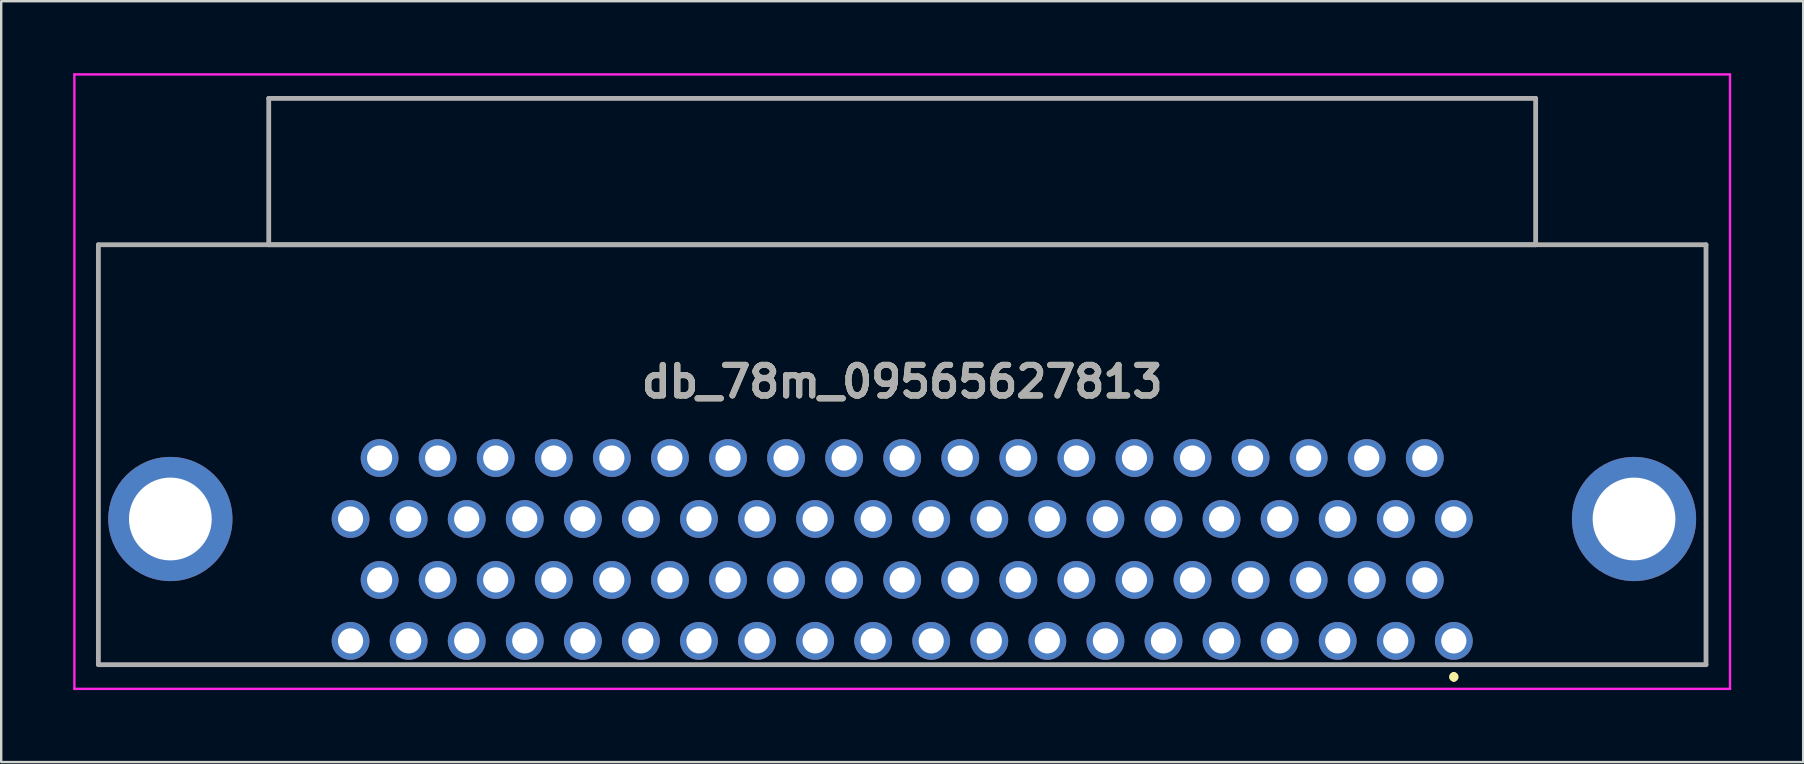
<source format=kicad_pcb>
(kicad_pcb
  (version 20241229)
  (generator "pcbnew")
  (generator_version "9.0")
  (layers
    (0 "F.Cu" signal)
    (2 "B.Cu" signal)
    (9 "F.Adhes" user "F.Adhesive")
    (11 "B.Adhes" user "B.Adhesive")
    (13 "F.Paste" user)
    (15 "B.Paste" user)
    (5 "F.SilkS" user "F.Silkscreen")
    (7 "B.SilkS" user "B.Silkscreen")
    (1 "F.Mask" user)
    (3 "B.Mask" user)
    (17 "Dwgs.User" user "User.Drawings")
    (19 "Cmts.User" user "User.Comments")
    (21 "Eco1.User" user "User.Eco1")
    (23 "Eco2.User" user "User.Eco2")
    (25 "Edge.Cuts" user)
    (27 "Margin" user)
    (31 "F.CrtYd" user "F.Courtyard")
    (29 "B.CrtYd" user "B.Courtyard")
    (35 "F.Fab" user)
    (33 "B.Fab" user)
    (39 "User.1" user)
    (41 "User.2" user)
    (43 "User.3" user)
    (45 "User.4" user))
  (footprint "db_78m_09565627813"
    (layer "F.Cu")
    (at 34.54 13.26)
    (property "Reference" "db_78m_09565627813" (at 0.01 -0.405 180) (layer "F.SilkS") (effects (font (size 1.27 1.27) (thickness 0.254))))
    (attr through_hole)
    (fp_line (start -33.49 -6.1) (end -33.49 11.4) (stroke (width 0.1) (type solid)) (layer "F.SilkS"))
    (fp_line (start -33.49 11.4) (end -24.5 11.4) (stroke (width 0.1) (type solid)) (layer "F.SilkS"))
    (fp_line (start 23 11.8) (end 23 11.8) (stroke (width 0.2) (type solid)) (layer "F.SilkS"))
    (fp_line (start 23 12) (end 23 12) (stroke (width 0.2) (type solid)) (layer "F.SilkS"))
    (fp_line (start 24 11.39) (end 33.5 11.39) (stroke (width 0.1) (type solid)) (layer "F.SilkS"))
    (fp_line (start 33.5 11.39) (end 33.51 -6.1) (stroke (width 0.1) (type solid)) (layer "F.SilkS"))
    (fp_line (start 33.51 -6.1) (end -33.49 -6.1) (stroke (width 0.1) (type solid)) (layer "F.SilkS"))
    (fp_arc (start 23 11.8) (mid 23.1 11.9) (end 23 12) (stroke (width 0.2) (type solid)) (layer "F.SilkS"))
    (fp_arc (start 23 12) (mid 22.9 11.9) (end 23 11.8) (stroke (width 0.2) (type solid)) (layer "F.SilkS"))
    (fp_line (start -34.49 -13.21) (end 34.51 -13.21) (stroke (width 0.1) (type solid)) (layer "F.CrtYd"))
    (fp_line (start -34.49 12.4) (end -34.49 -13.21) (stroke (width 0.1) (type solid)) (layer "F.CrtYd"))
    (fp_line (start 34.51 -13.21) (end 34.51 12.4) (stroke (width 0.1) (type solid)) (layer "F.CrtYd"))
    (fp_line (start 34.51 12.4) (end -34.49 12.4) (stroke (width 0.1) (type solid)) (layer "F.CrtYd"))
    (fp_line (start -33.49 -6.11) (end 33.51 -6.11) (stroke (width 0.2) (type solid)) (layer "F.Fab"))
    (fp_line (start -33.49 11.39) (end -33.49 -6.11) (stroke (width 0.2) (type solid)) (layer "F.Fab"))
    (fp_line (start -26.39 -12.21) (end 26.41 -12.21) (stroke (width 0.2) (type solid)) (layer "F.Fab"))
    (fp_line (start -26.39 -6.11) (end -26.39 -12.21) (stroke (width 0.2) (type solid)) (layer "F.Fab"))
    (fp_line (start 26.41 -12.21) (end 26.41 -6.11) (stroke (width 0.2) (type solid)) (layer "F.Fab"))
    (fp_line (start 26.41 -6.11) (end -26.39 -6.11) (stroke (width 0.2) (type solid)) (layer "F.Fab"))
    (fp_line (start 33.51 -6.11) (end 33.51 11.39) (stroke (width 0.2) (type solid)) (layer "F.Fab"))
    (fp_line (start 33.51 11.39) (end -33.49 11.39) (stroke (width 0.2) (type solid)) (layer "F.Fab"))
    (fp_text user "${REFERENCE}" (at 0.01 -0.405 180) (layer "F.Fab") (effects (font (size 1.27 1.27) (thickness 0.254))))
    (pad "1" thru_hole circle (at 23 10.4 180) (size 1.575 1.575) (drill 1.05) (layers "*.Cu" "*.Mask"))
    (pad "2" thru_hole circle (at 20.58 10.4 180) (size 1.575 1.575) (drill 1.05) (layers "*.Cu" "*.Mask"))
    (pad "3" thru_hole circle (at 18.16 10.4 180) (size 1.575 1.575) (drill 1.05) (layers "*.Cu" "*.Mask"))
    (pad "4" thru_hole circle (at 15.74 10.4 180) (size 1.575 1.575) (drill 1.05) (layers "*.Cu" "*.Mask"))
    (pad "5" thru_hole circle (at 13.32 10.4 180) (size 1.575 1.575) (drill 1.05) (layers "*.Cu" "*.Mask"))
    (pad "6" thru_hole circle (at 10.9 10.4 180) (size 1.575 1.575) (drill 1.05) (layers "*.Cu" "*.Mask"))
    (pad "7" thru_hole circle (at 8.48 10.4 180) (size 1.575 1.575) (drill 1.05) (layers "*.Cu" "*.Mask"))
    (pad "8" thru_hole circle (at 6.06 10.4 180) (size 1.575 1.575) (drill 1.05) (layers "*.Cu" "*.Mask"))
    (pad "9" thru_hole circle (at 3.64 10.4 180) (size 1.575 1.575) (drill 1.05) (layers "*.Cu" "*.Mask"))
    (pad "10" thru_hole circle (at 1.22 10.4 180) (size 1.575 1.575) (drill 1.05) (layers "*.Cu" "*.Mask"))
    (pad "11" thru_hole circle (at -1.2 10.4 180) (size 1.575 1.575) (drill 1.05) (layers "*.Cu" "*.Mask"))
    (pad "12" thru_hole circle (at -3.62 10.4 180) (size 1.575 1.575) (drill 1.05) (layers "*.Cu" "*.Mask"))
    (pad "13" thru_hole circle (at -6.04 10.4 180) (size 1.575 1.575) (drill 1.05) (layers "*.Cu" "*.Mask"))
    (pad "14" thru_hole circle (at -8.46 10.4 180) (size 1.575 1.575) (drill 1.05) (layers "*.Cu" "*.Mask"))
    (pad "15" thru_hole circle (at -10.88 10.4 180) (size 1.575 1.575) (drill 1.05) (layers "*.Cu" "*.Mask"))
    (pad "16" thru_hole circle (at -13.3 10.4 180) (size 1.575 1.575) (drill 1.05) (layers "*.Cu" "*.Mask"))
    (pad "17" thru_hole circle (at -15.72 10.4 180) (size 1.575 1.575) (drill 1.05) (layers "*.Cu" "*.Mask"))
    (pad "18" thru_hole circle (at -18.14 10.4 180) (size 1.575 1.575) (drill 1.05) (layers "*.Cu" "*.Mask"))
    (pad "19" thru_hole circle (at -20.56 10.4 180) (size 1.575 1.575) (drill 1.05) (layers "*.Cu" "*.Mask"))
    (pad "20" thru_hole circle (at -22.98 10.4 180) (size 1.575 1.575) (drill 1.05) (layers "*.Cu" "*.Mask"))
    (pad "21" thru_hole circle (at 21.79 7.86 180) (size 1.575 1.575) (drill 1.05) (layers "*.Cu" "*.Mask"))
    (pad "22" thru_hole circle (at 19.37 7.86 180) (size 1.575 1.575) (drill 1.05) (layers "*.Cu" "*.Mask"))
    (pad "23" thru_hole circle (at 16.95 7.86 180) (size 1.575 1.575) (drill 1.05) (layers "*.Cu" "*.Mask"))
    (pad "24" thru_hole circle (at 14.53 7.86 180) (size 1.575 1.575) (drill 1.05) (layers "*.Cu" "*.Mask"))
    (pad "25" thru_hole circle (at 12.11 7.86 180) (size 1.575 1.575) (drill 1.05) (layers "*.Cu" "*.Mask"))
    (pad "26" thru_hole circle (at 9.69 7.86 180) (size 1.575 1.575) (drill 1.05) (layers "*.Cu" "*.Mask"))
    (pad "27" thru_hole circle (at 7.27 7.86 180) (size 1.575 1.575) (drill 1.05) (layers "*.Cu" "*.Mask"))
    (pad "28" thru_hole circle (at 4.85 7.86 180) (size 1.575 1.575) (drill 1.05) (layers "*.Cu" "*.Mask"))
    (pad "29" thru_hole circle (at 2.43 7.86 180) (size 1.575 1.575) (drill 1.05) (layers "*.Cu" "*.Mask"))
    (pad "30" thru_hole circle (at 0.01 7.86 180) (size 1.575 1.575) (drill 1.05) (layers "*.Cu" "*.Mask"))
    (pad "31" thru_hole circle (at -2.41 7.86 180) (size 1.575 1.575) (drill 1.05) (layers "*.Cu" "*.Mask"))
    (pad "32" thru_hole circle (at -4.83 7.86 180) (size 1.575 1.575) (drill 1.05) (layers "*.Cu" "*.Mask"))
    (pad "33" thru_hole circle (at -7.25 7.86 180) (size 1.575 1.575) (drill 1.05) (layers "*.Cu" "*.Mask"))
    (pad "34" thru_hole circle (at -9.67 7.86 180) (size 1.575 1.575) (drill 1.05) (layers "*.Cu" "*.Mask"))
    (pad "35" thru_hole circle (at -12.09 7.86 180) (size 1.575 1.575) (drill 1.05) (layers "*.Cu" "*.Mask"))
    (pad "36" thru_hole circle (at -14.51 7.86 180) (size 1.575 1.575) (drill 1.05) (layers "*.Cu" "*.Mask"))
    (pad "37" thru_hole circle (at -16.93 7.86 180) (size 1.575 1.575) (drill 1.05) (layers "*.Cu" "*.Mask"))
    (pad "38" thru_hole circle (at -19.35 7.86 180) (size 1.575 1.575) (drill 1.05) (layers "*.Cu" "*.Mask"))
    (pad "39" thru_hole circle (at -21.77 7.86 180) (size 1.575 1.575) (drill 1.05) (layers "*.Cu" "*.Mask"))
    (pad "40" thru_hole circle (at 23 5.32 180) (size 1.575 1.575) (drill 1.05) (layers "*.Cu" "*.Mask"))
    (pad "41" thru_hole circle (at 20.58 5.32 180) (size 1.575 1.575) (drill 1.05) (layers "*.Cu" "*.Mask"))
    (pad "42" thru_hole circle (at 18.16 5.32 180) (size 1.575 1.575) (drill 1.05) (layers "*.Cu" "*.Mask"))
    (pad "43" thru_hole circle (at 15.74 5.32 180) (size 1.575 1.575) (drill 1.05) (layers "*.Cu" "*.Mask"))
    (pad "44" thru_hole circle (at 13.32 5.32 180) (size 1.575 1.575) (drill 1.05) (layers "*.Cu" "*.Mask"))
    (pad "45" thru_hole circle (at 10.9 5.32 180) (size 1.575 1.575) (drill 1.05) (layers "*.Cu" "*.Mask"))
    (pad "46" thru_hole circle (at 8.48 5.32 180) (size 1.575 1.575) (drill 1.05) (layers "*.Cu" "*.Mask"))
    (pad "47" thru_hole circle (at 6.06 5.32 180) (size 1.575 1.575) (drill 1.05) (layers "*.Cu" "*.Mask"))
    (pad "48" thru_hole circle (at 3.64 5.32 180) (size 1.575 1.575) (drill 1.05) (layers "*.Cu" "*.Mask"))
    (pad "49" thru_hole circle (at 1.22 5.32 180) (size 1.575 1.575) (drill 1.05) (layers "*.Cu" "*.Mask"))
    (pad "50" thru_hole circle (at -1.2 5.32 180) (size 1.575 1.575) (drill 1.05) (layers "*.Cu" "*.Mask"))
    (pad "51" thru_hole circle (at -3.62 5.32 180) (size 1.575 1.575) (drill 1.05) (layers "*.Cu" "*.Mask"))
    (pad "52" thru_hole circle (at -6.04 5.32 180) (size 1.575 1.575) (drill 1.05) (layers "*.Cu" "*.Mask"))
    (pad "53" thru_hole circle (at -8.46 5.32 180) (size 1.575 1.575) (drill 1.05) (layers "*.Cu" "*.Mask"))
    (pad "54" thru_hole circle (at -10.88 5.32 180) (size 1.575 1.575) (drill 1.05) (layers "*.Cu" "*.Mask"))
    (pad "55" thru_hole circle (at -13.3 5.32 180) (size 1.575 1.575) (drill 1.05) (layers "*.Cu" "*.Mask"))
    (pad "56" thru_hole circle (at -15.72 5.32 180) (size 1.575 1.575) (drill 1.05) (layers "*.Cu" "*.Mask"))
    (pad "57" thru_hole circle (at -18.14 5.32 180) (size 1.575 1.575) (drill 1.05) (layers "*.Cu" "*.Mask"))
    (pad "58" thru_hole circle (at -20.56 5.32 180) (size 1.575 1.575) (drill 1.05) (layers "*.Cu" "*.Mask"))
    (pad "59" thru_hole circle (at -22.98 5.32 180) (size 1.575 1.575) (drill 1.05) (layers "*.Cu" "*.Mask"))
    (pad "60" thru_hole circle (at 21.79 2.78 180) (size 1.575 1.575) (drill 1.05) (layers "*.Cu" "*.Mask"))
    (pad "61" thru_hole circle (at 19.37 2.78 180) (size 1.575 1.575) (drill 1.05) (layers "*.Cu" "*.Mask"))
    (pad "62" thru_hole circle (at 16.95 2.78 180) (size 1.575 1.575) (drill 1.05) (layers "*.Cu" "*.Mask"))
    (pad "63" thru_hole circle (at 14.53 2.78 180) (size 1.575 1.575) (drill 1.05) (layers "*.Cu" "*.Mask"))
    (pad "64" thru_hole circle (at 12.11 2.78 180) (size 1.575 1.575) (drill 1.05) (layers "*.Cu" "*.Mask"))
    (pad "65" thru_hole circle (at 9.69 2.78 180) (size 1.575 1.575) (drill 1.05) (layers "*.Cu" "*.Mask"))
    (pad "66" thru_hole circle (at 7.27 2.78 180) (size 1.575 1.575) (drill 1.05) (layers "*.Cu" "*.Mask"))
    (pad "67" thru_hole circle (at 4.85 2.78 180) (size 1.575 1.575) (drill 1.05) (layers "*.Cu" "*.Mask"))
    (pad "68" thru_hole circle (at 2.43 2.78 180) (size 1.575 1.575) (drill 1.05) (layers "*.Cu" "*.Mask"))
    (pad "69" thru_hole circle (at 0.01 2.78 180) (size 1.575 1.575) (drill 1.05) (layers "*.Cu" "*.Mask"))
    (pad "70" thru_hole circle (at -2.41 2.78 180) (size 1.575 1.575) (drill 1.05) (layers "*.Cu" "*.Mask"))
    (pad "71" thru_hole circle (at -4.83 2.78 180) (size 1.575 1.575) (drill 1.05) (layers "*.Cu" "*.Mask"))
    (pad "72" thru_hole circle (at -7.25 2.78 180) (size 1.575 1.575) (drill 1.05) (layers "*.Cu" "*.Mask"))
    (pad "73" thru_hole circle (at -9.67 2.78 180) (size 1.575 1.575) (drill 1.05) (layers "*.Cu" "*.Mask"))
    (pad "74" thru_hole circle (at -12.09 2.78 180) (size 1.575 1.575) (drill 1.05) (layers "*.Cu" "*.Mask"))
    (pad "75" thru_hole circle (at -14.51 2.78 180) (size 1.575 1.575) (drill 1.05) (layers "*.Cu" "*.Mask"))
    (pad "76" thru_hole circle (at -16.93 2.78 180) (size 1.575 1.575) (drill 1.05) (layers "*.Cu" "*.Mask"))
    (pad "77" thru_hole circle (at -19.35 2.78 180) (size 1.575 1.575) (drill 1.05) (layers "*.Cu" "*.Mask"))
    (pad "78" thru_hole circle (at -21.77 2.78 180) (size 1.575 1.575) (drill 1.05) (layers "*.Cu" "*.Mask"))
    (pad "MP" thru_hole circle (at -30.49 5.32 180) (size 5.175 5.175) (drill 3.45) (layers "*.Cu" "*.Mask"))
    (pad "MP" thru_hole circle (at 30.51 5.32 180) (size 5.175 5.175) (drill 3.45) (layers "*.Cu" "*.Mask")))
  (gr_rect
    (start -3 -3)
    (end 72.1 28.71)
    (stroke (width 0.1) (type default))
    (fill no)
    (layer "Edge.Cuts")))
</source>
